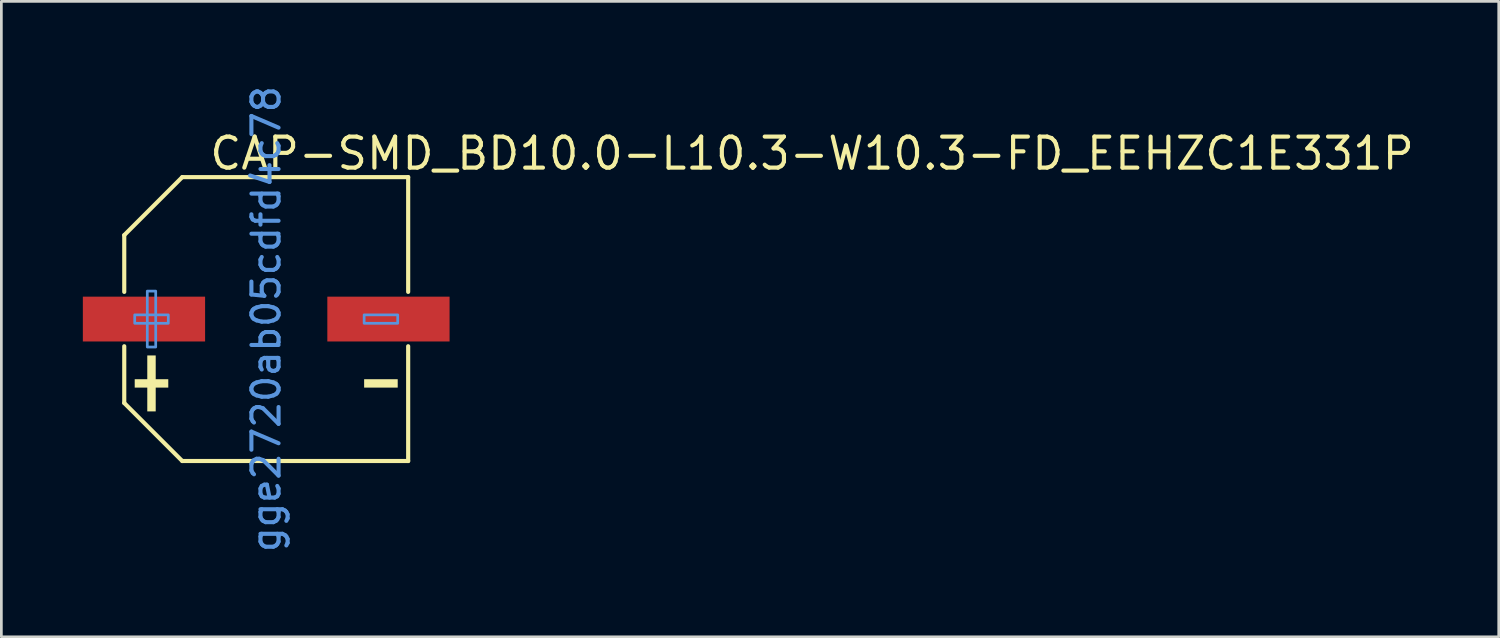
<source format=kicad_pcb>
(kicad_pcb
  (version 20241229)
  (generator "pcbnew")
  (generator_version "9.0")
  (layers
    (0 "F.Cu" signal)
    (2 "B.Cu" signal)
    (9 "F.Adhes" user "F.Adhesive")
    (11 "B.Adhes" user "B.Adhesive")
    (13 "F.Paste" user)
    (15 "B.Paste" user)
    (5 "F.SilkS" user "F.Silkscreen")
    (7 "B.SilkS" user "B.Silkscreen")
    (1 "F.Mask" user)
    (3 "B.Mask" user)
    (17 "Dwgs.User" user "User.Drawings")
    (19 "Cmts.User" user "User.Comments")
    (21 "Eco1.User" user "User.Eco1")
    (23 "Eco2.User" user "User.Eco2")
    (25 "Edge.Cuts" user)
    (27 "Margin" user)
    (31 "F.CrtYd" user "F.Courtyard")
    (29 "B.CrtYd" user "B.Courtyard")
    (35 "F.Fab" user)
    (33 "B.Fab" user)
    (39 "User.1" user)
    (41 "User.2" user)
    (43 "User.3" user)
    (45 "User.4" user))
  (footprint "CAP-SMD_BD10.0-L10.3-W10.3-FD_EEHZC1E331P"
    (layer "F.Cu")
    (at 6.75 8.696)
    (property "Reference" "CAP-SMD_BD10.0-L10.3-W10.3-FD_EEHZC1E331P" (at -2.159 -6.096 0) (layer "F.SilkS") (effects (font (size 1.143 1.143) (thickness 0.152)) (justify left)))
    (attr smd)
    (fp_line (start -5.226 -3.09) (end -5.226 -1) (stroke (width 0.152) (type solid)) (layer "F.SilkS"))
    (fp_line (start -5.226 3.09) (end -5.226 1) (stroke (width 0.152) (type solid)) (layer "F.SilkS"))
    (fp_line (start -3.09 -5.226) (end -5.226 -3.09) (stroke (width 0.152) (type solid)) (layer "F.SilkS"))
    (fp_line (start -3.09 5.226) (end -5.226 3.09) (stroke (width 0.152) (type solid)) (layer "F.SilkS"))
    (fp_line (start 5.226 -5.226) (end -3.09 -5.226) (stroke (width 0.152) (type solid)) (layer "F.SilkS"))
    (fp_line (start 5.226 -1) (end 5.226 -5.226) (stroke (width 0.152) (type solid)) (layer "F.SilkS"))
    (fp_line (start 5.226 1) (end 5.226 5.226) (stroke (width 0.152) (type solid)) (layer "F.SilkS"))
    (fp_line (start 5.226 5.226) (end -3.09 5.226) (stroke (width 0.152) (type solid)) (layer "F.SilkS"))
    (fp_poly (pts (xy -4.841 2.214) (xy -4.841 2.523) (xy -3.605 2.523) (xy -3.605 2.214)) (stroke (width 0) (type solid)) (fill yes) (layer "F.SilkS"))
    (fp_poly (pts (xy -4.378 1.339) (xy -4.378 3.399) (xy -4.068 3.399) (xy -4.068 1.339)) (stroke (width 0) (type solid)) (fill yes) (layer "F.SilkS"))
    (fp_poly (pts (xy 4.841 2.214) (xy 4.841 2.523) (xy 3.605 2.523) (xy 3.605 2.214)) (stroke (width 0) (type solid)) (fill yes) (layer "F.SilkS"))
    (fp_poly (pts (xy -4.841 -0.155) (xy -4.841 0.155) (xy -3.605 0.155) (xy -3.605 -0.155)) (stroke (width 0.1) (type solid)) (fill no) (layer "Cmts.User"))
    (fp_poly (pts (xy -4.378 -1.03) (xy -4.378 1.03) (xy -4.068 1.03) (xy -4.068 -1.03)) (stroke (width 0.1) (type solid)) (fill no) (layer "Cmts.User"))
    (fp_poly (pts (xy 4.841 -0.155) (xy 4.841 0.155) (xy 3.605 0.155) (xy 3.605 -0.155)) (stroke (width 0.1) (type solid)) (fill no) (layer "Cmts.User"))
    (fp_text user "gge2720ab05cdfd4c78" (at 0 0 270) (layer "Cmts.User") (effects (font (size 1 1) (thickness 0.15))))
    (pad "1" smd rect (at -4.5 0) (size 4.5 1.65) (layers "F.Cu" "F.Mask" "F.Paste"))
    (pad "2" smd rect (at 4.5 0) (size 4.5 1.65) (layers "F.Cu" "F.Mask" "F.Paste")))
  (gr_rect
    (start -3 -3)
    (end 52.123 20.393)
    (stroke (width 0.1) (type default))
    (fill no)
    (layer "Edge.Cuts")))
</source>
